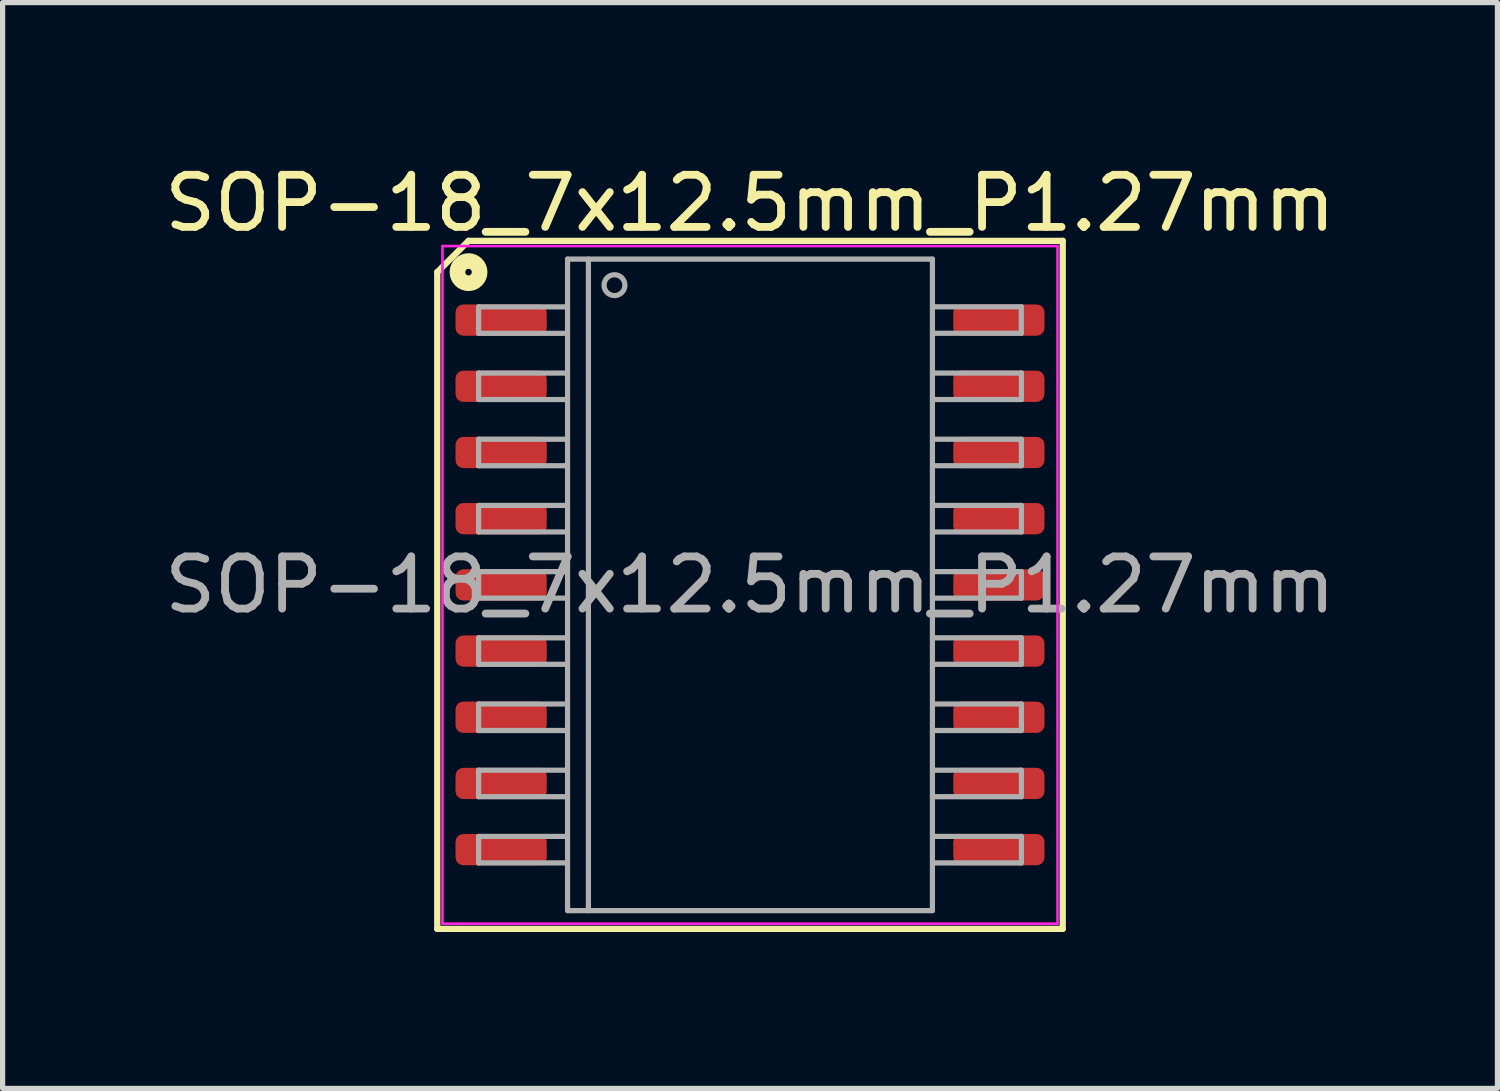
<source format=kicad_pcb>
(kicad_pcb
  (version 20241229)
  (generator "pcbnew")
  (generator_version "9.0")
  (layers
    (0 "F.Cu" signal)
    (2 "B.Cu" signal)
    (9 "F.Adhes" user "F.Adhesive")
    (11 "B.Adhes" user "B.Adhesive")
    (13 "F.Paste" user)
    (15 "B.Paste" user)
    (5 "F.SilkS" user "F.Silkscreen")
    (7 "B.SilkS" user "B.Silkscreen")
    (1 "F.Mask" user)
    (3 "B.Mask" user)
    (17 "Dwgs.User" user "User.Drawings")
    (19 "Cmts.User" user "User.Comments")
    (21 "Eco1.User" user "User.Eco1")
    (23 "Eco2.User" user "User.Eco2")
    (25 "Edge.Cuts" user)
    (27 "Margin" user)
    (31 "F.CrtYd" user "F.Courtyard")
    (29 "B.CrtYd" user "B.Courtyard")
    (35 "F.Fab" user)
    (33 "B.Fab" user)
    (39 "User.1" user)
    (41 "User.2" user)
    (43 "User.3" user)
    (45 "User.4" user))
  (footprint "SOP-18_7x12.5mm_P1.27mm"
    (layer "F.Cu")
    (at 11.339 8.171)
    (property "Reference" "SOP-18_7x12.5mm_P1.27mm" (at 0 -7.323 0) (layer "F.SilkS") (effects (font (size 1 1) (thickness 0.15))))
    (attr smd)
    (fp_line (start -6 -6) (end -6 6.6) (stroke (width 0.12) (type solid)) (layer "F.SilkS"))
    (fp_line (start -6 -6) (end -5.4 -6.6) (stroke (width 0.12) (type solid)) (layer "F.SilkS"))
    (fp_line (start -6 6.6) (end 6 6.6) (stroke (width 0.12) (type solid)) (layer "F.SilkS"))
    (fp_line (start 6 -6.6) (end -5.4 -6.6) (stroke (width 0.12) (type solid)) (layer "F.SilkS"))
    (fp_line (start 6 6.6) (end 6 -6.6) (stroke (width 0.12) (type solid)) (layer "F.SilkS"))
    (fp_circle (center -5.4 -6) (end -5.337 -6) (stroke (width 0.3) (type solid)) (fill no) (layer "F.SilkS"))
    (fp_line (start -5.9 -6.5) (end -5.9 6.5) (stroke (width 0.05) (type solid)) (layer "F.CrtYd"))
    (fp_line (start -5.9 6.5) (end 5.9 6.5) (stroke (width 0.05) (type solid)) (layer "F.CrtYd"))
    (fp_line (start 5.9 -6.5) (end -5.9 -6.5) (stroke (width 0.05) (type solid)) (layer "F.CrtYd"))
    (fp_line (start 5.9 6.5) (end 5.9 -6.5) (stroke (width 0.05) (type solid)) (layer "F.CrtYd"))
    (fp_line (start -5.207 -5.334) (end -5.207 -4.826) (stroke (width 0.1) (type solid)) (layer "F.Fab"))
    (fp_line (start -5.207 -5.334) (end -3.556 -5.334) (stroke (width 0.1) (type solid)) (layer "F.Fab"))
    (fp_line (start -5.207 -4.826) (end -3.556 -4.826) (stroke (width 0.1) (type solid)) (layer "F.Fab"))
    (fp_line (start -5.207 -4.064) (end -5.207 -3.556) (stroke (width 0.1) (type solid)) (layer "F.Fab"))
    (fp_line (start -5.207 -4.064) (end -3.556 -4.064) (stroke (width 0.1) (type solid)) (layer "F.Fab"))
    (fp_line (start -5.207 -3.556) (end -3.556 -3.556) (stroke (width 0.1) (type solid)) (layer "F.Fab"))
    (fp_line (start -5.207 -2.794) (end -5.207 -2.286) (stroke (width 0.1) (type solid)) (layer "F.Fab"))
    (fp_line (start -5.207 -2.794) (end -3.556 -2.794) (stroke (width 0.1) (type solid)) (layer "F.Fab"))
    (fp_line (start -5.207 -2.286) (end -3.556 -2.286) (stroke (width 0.1) (type solid)) (layer "F.Fab"))
    (fp_line (start -5.207 -1.524) (end -5.207 -1.016) (stroke (width 0.1) (type solid)) (layer "F.Fab"))
    (fp_line (start -5.207 -1.524) (end -3.556 -1.524) (stroke (width 0.1) (type solid)) (layer "F.Fab"))
    (fp_line (start -5.207 -1.016) (end -3.556 -1.016) (stroke (width 0.1) (type solid)) (layer "F.Fab"))
    (fp_line (start -5.207 -0.254) (end -5.207 0.254) (stroke (width 0.1) (type solid)) (layer "F.Fab"))
    (fp_line (start -5.207 -0.254) (end -3.556 -0.254) (stroke (width 0.1) (type solid)) (layer "F.Fab"))
    (fp_line (start -5.207 0.254) (end -3.556 0.254) (stroke (width 0.1) (type solid)) (layer "F.Fab"))
    (fp_line (start -5.207 1.016) (end -5.207 1.524) (stroke (width 0.1) (type solid)) (layer "F.Fab"))
    (fp_line (start -5.207 1.016) (end -3.556 1.016) (stroke (width 0.1) (type solid)) (layer "F.Fab"))
    (fp_line (start -5.207 1.524) (end -3.556 1.524) (stroke (width 0.1) (type solid)) (layer "F.Fab"))
    (fp_line (start -5.207 2.286) (end -5.207 2.794) (stroke (width 0.1) (type solid)) (layer "F.Fab"))
    (fp_line (start -5.207 2.286) (end -3.556 2.286) (stroke (width 0.1) (type solid)) (layer "F.Fab"))
    (fp_line (start -5.207 2.794) (end -3.556 2.794) (stroke (width 0.1) (type solid)) (layer "F.Fab"))
    (fp_line (start -5.207 3.556) (end -5.207 4.064) (stroke (width 0.1) (type solid)) (layer "F.Fab"))
    (fp_line (start -5.207 3.556) (end -3.556 3.556) (stroke (width 0.1) (type solid)) (layer "F.Fab"))
    (fp_line (start -5.207 4.064) (end -3.556 4.064) (stroke (width 0.1) (type solid)) (layer "F.Fab"))
    (fp_line (start -5.207 4.826) (end -5.207 5.334) (stroke (width 0.1) (type solid)) (layer "F.Fab"))
    (fp_line (start -5.207 4.826) (end -3.556 4.826) (stroke (width 0.1) (type solid)) (layer "F.Fab"))
    (fp_line (start -5.207 5.334) (end -3.556 5.334) (stroke (width 0.1) (type solid)) (layer "F.Fab"))
    (fp_line (start -3.5 -6.25) (end 3.5 -6.25) (stroke (width 0.1) (type solid)) (layer "F.Fab"))
    (fp_line (start -3.5 6.25) (end -3.5 -6.25) (stroke (width 0.1) (type solid)) (layer "F.Fab"))
    (fp_line (start -3.1 -6.25) (end -3.1 6.25) (stroke (width 0.1) (type solid)) (layer "F.Fab"))
    (fp_line (start 3.5 -6.25) (end 3.5 6.25) (stroke (width 0.1) (type solid)) (layer "F.Fab"))
    (fp_line (start 3.5 6.25) (end -3.5 6.25) (stroke (width 0.1) (type solid)) (layer "F.Fab"))
    (fp_line (start 5.205 -5.335) (end 3.554 -5.335) (stroke (width 0.1) (type solid)) (layer "F.Fab"))
    (fp_line (start 5.205 -4.827) (end 3.554 -4.827) (stroke (width 0.1) (type solid)) (layer "F.Fab"))
    (fp_line (start 5.205 -4.827) (end 5.205 -5.335) (stroke (width 0.1) (type solid)) (layer "F.Fab"))
    (fp_line (start 5.207 -4.064) (end 3.556 -4.064) (stroke (width 0.1) (type solid)) (layer "F.Fab"))
    (fp_line (start 5.207 -3.556) (end 3.556 -3.556) (stroke (width 0.1) (type solid)) (layer "F.Fab"))
    (fp_line (start 5.207 -3.556) (end 5.207 -4.064) (stroke (width 0.1) (type solid)) (layer "F.Fab"))
    (fp_line (start 5.207 -2.794) (end 3.556 -2.794) (stroke (width 0.1) (type solid)) (layer "F.Fab"))
    (fp_line (start 5.207 -2.286) (end 3.556 -2.286) (stroke (width 0.1) (type solid)) (layer "F.Fab"))
    (fp_line (start 5.207 -2.286) (end 5.207 -2.794) (stroke (width 0.1) (type solid)) (layer "F.Fab"))
    (fp_line (start 5.207 -1.524) (end 3.556 -1.524) (stroke (width 0.1) (type solid)) (layer "F.Fab"))
    (fp_line (start 5.207 -1.016) (end 3.556 -1.016) (stroke (width 0.1) (type solid)) (layer "F.Fab"))
    (fp_line (start 5.207 -1.016) (end 5.207 -1.524) (stroke (width 0.1) (type solid)) (layer "F.Fab"))
    (fp_line (start 5.207 -0.254) (end 3.556 -0.254) (stroke (width 0.1) (type solid)) (layer "F.Fab"))
    (fp_line (start 5.207 0.254) (end 3.556 0.254) (stroke (width 0.1) (type solid)) (layer "F.Fab"))
    (fp_line (start 5.207 0.254) (end 5.207 -0.254) (stroke (width 0.1) (type solid)) (layer "F.Fab"))
    (fp_line (start 5.207 1.016) (end 3.556 1.016) (stroke (width 0.1) (type solid)) (layer "F.Fab"))
    (fp_line (start 5.207 1.524) (end 3.556 1.524) (stroke (width 0.1) (type solid)) (layer "F.Fab"))
    (fp_line (start 5.207 1.524) (end 5.207 1.016) (stroke (width 0.1) (type solid)) (layer "F.Fab"))
    (fp_line (start 5.207 2.286) (end 3.556 2.286) (stroke (width 0.1) (type solid)) (layer "F.Fab"))
    (fp_line (start 5.207 2.794) (end 3.556 2.794) (stroke (width 0.1) (type solid)) (layer "F.Fab"))
    (fp_line (start 5.207 2.794) (end 5.207 2.286) (stroke (width 0.1) (type solid)) (layer "F.Fab"))
    (fp_line (start 5.207 3.556) (end 3.556 3.556) (stroke (width 0.1) (type solid)) (layer "F.Fab"))
    (fp_line (start 5.207 4.064) (end 3.556 4.064) (stroke (width 0.1) (type solid)) (layer "F.Fab"))
    (fp_line (start 5.207 4.064) (end 5.207 3.556) (stroke (width 0.1) (type solid)) (layer "F.Fab"))
    (fp_line (start 5.207 4.826) (end 3.556 4.826) (stroke (width 0.1) (type solid)) (layer "F.Fab"))
    (fp_line (start 5.207 5.334) (end 3.556 5.334) (stroke (width 0.1) (type solid)) (layer "F.Fab"))
    (fp_line (start 5.207 5.334) (end 5.207 4.826) (stroke (width 0.1) (type solid)) (layer "F.Fab"))
    (fp_circle (center -2.6 -5.75) (end -2.4 -5.75) (stroke (width 0.1) (type solid)) (fill no) (layer "F.Fab"))
    (fp_text user "${REFERENCE}" (at 0 0 0) (layer "F.Fab") (effects (font (size 1 1) (thickness 0.15))))
    (pad "1" smd roundrect (at -4.775 -5.08) (size 1.75 0.6) (layers "F.Cu" "F.Mask" "F.Paste") (roundrect_rratio 0.25))
    (pad "2" smd roundrect (at -4.775 -3.81) (size 1.75 0.6) (layers "F.Cu" "F.Mask" "F.Paste") (roundrect_rratio 0.25))
    (pad "3" smd roundrect (at -4.775 -2.54) (size 1.75 0.6) (layers "F.Cu" "F.Mask" "F.Paste") (roundrect_rratio 0.25))
    (pad "4" smd roundrect (at -4.775 -1.27) (size 1.75 0.6) (layers "F.Cu" "F.Mask" "F.Paste") (roundrect_rratio 0.25))
    (pad "5" smd roundrect (at -4.775 0) (size 1.75 0.6) (layers "F.Cu" "F.Mask" "F.Paste") (roundrect_rratio 0.25))
    (pad "6" smd roundrect (at -4.775 1.27) (size 1.75 0.6) (layers "F.Cu" "F.Mask" "F.Paste") (roundrect_rratio 0.25))
    (pad "7" smd roundrect (at -4.775 2.54) (size 1.75 0.6) (layers "F.Cu" "F.Mask" "F.Paste") (roundrect_rratio 0.25))
    (pad "8" smd roundrect (at -4.775 3.81) (size 1.75 0.6) (layers "F.Cu" "F.Mask" "F.Paste") (roundrect_rratio 0.25))
    (pad "9" smd roundrect (at -4.775 5.08) (size 1.75 0.6) (layers "F.Cu" "F.Mask" "F.Paste") (roundrect_rratio 0.25))
    (pad "10" smd roundrect (at 4.775 5.08) (size 1.75 0.6) (layers "F.Cu" "F.Mask" "F.Paste") (roundrect_rratio 0.25))
    (pad "11" smd roundrect (at 4.775 3.81) (size 1.75 0.6) (layers "F.Cu" "F.Mask" "F.Paste") (roundrect_rratio 0.25))
    (pad "12" smd roundrect (at 4.775 2.54) (size 1.75 0.6) (layers "F.Cu" "F.Mask" "F.Paste") (roundrect_rratio 0.25))
    (pad "13" smd roundrect (at 4.775 1.27) (size 1.75 0.6) (layers "F.Cu" "F.Mask" "F.Paste") (roundrect_rratio 0.25))
    (pad "14" smd roundrect (at 4.775 0) (size 1.75 0.6) (layers "F.Cu" "F.Mask" "F.Paste") (roundrect_rratio 0.25))
    (pad "15" smd roundrect (at 4.775 -1.27) (size 1.75 0.6) (layers "F.Cu" "F.Mask" "F.Paste") (roundrect_rratio 0.25))
    (pad "16" smd roundrect (at 4.775 -2.54) (size 1.75 0.6) (layers "F.Cu" "F.Mask" "F.Paste") (roundrect_rratio 0.25))
    (pad "17" smd roundrect (at 4.775 -3.81) (size 1.75 0.6) (layers "F.Cu" "F.Mask" "F.Paste") (roundrect_rratio 0.25))
    (pad "18" smd roundrect (at 4.775 -5.08) (size 1.75 0.6) (layers "F.Cu" "F.Mask" "F.Paste") (roundrect_rratio 0.25)))
  (gr_rect
    (start -3 -3)
    (end 25.679 17.831)
    (stroke (width 0.1) (type default))
    (fill no)
    (layer "Edge.Cuts")))
</source>
